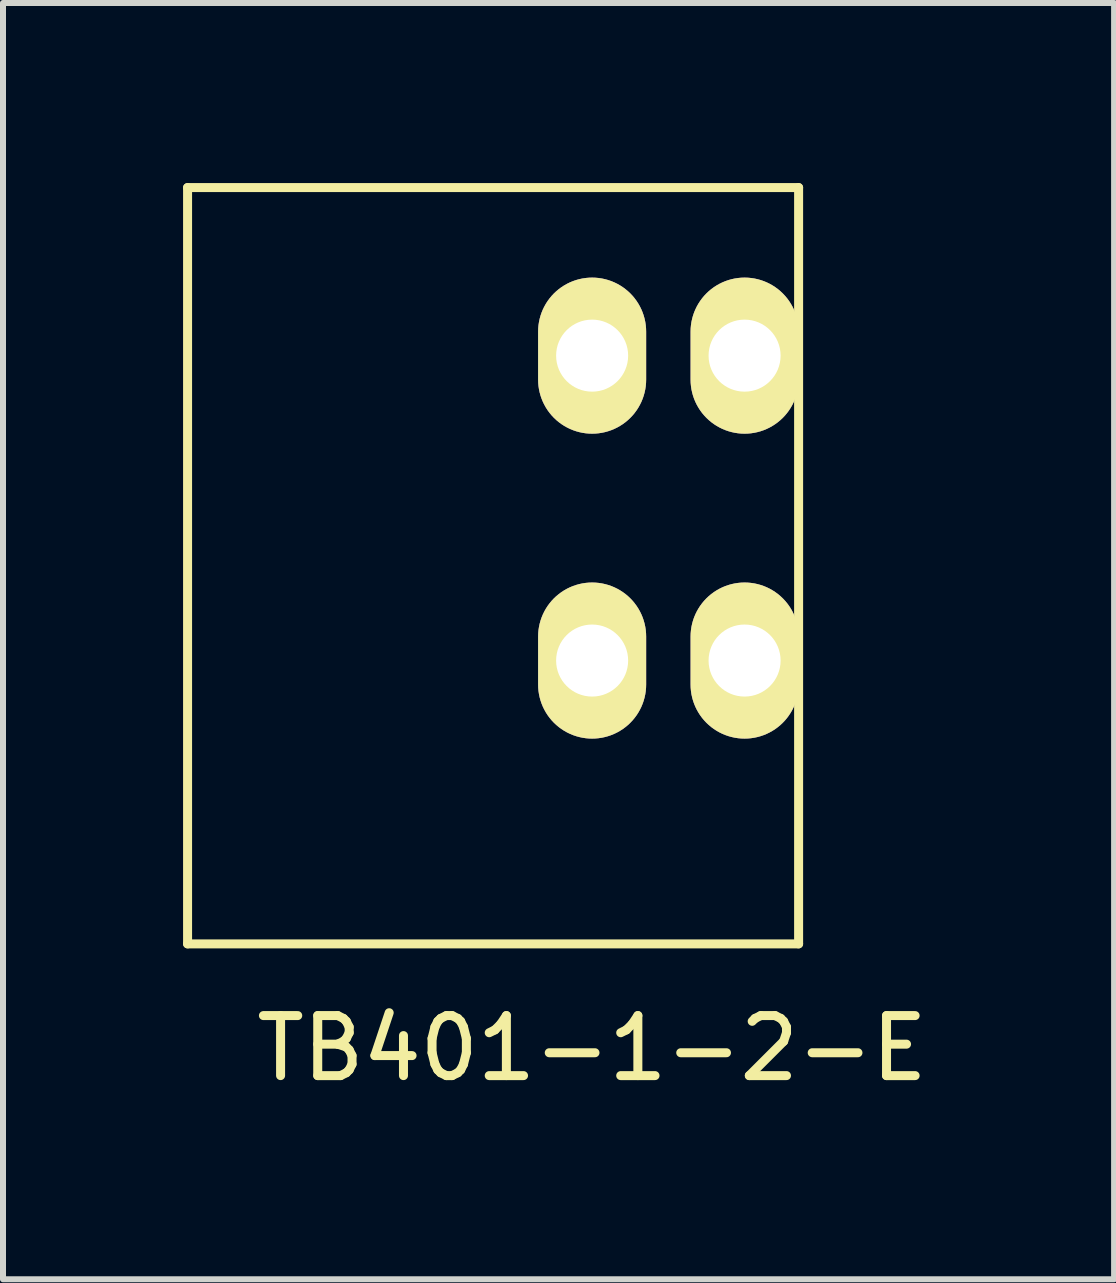
<source format=kicad_pcb>
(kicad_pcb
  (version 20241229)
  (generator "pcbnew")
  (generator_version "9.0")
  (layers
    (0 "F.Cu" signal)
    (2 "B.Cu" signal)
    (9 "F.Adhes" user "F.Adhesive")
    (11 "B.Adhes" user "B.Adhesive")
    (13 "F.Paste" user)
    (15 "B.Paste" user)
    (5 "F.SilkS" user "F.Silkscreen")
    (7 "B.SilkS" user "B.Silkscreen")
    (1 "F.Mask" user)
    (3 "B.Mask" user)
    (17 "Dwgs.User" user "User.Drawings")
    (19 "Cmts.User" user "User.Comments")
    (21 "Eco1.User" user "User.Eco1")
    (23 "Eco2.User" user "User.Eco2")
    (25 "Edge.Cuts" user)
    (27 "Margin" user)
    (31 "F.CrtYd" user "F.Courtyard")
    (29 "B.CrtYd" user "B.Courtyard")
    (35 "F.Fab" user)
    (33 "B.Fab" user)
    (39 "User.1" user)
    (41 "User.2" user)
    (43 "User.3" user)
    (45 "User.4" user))
  (footprint "TB401-1-2-E"
    (layer "F.Cu")
    (at 6.815 5.415)
    (property "Reference" "TB401-1-2-E" (at 0 9 0) (layer "F.SilkS") (effects (font (size 1 1) (thickness 0.15))))
    (attr through_hole)
    (fp_line (start -6.74 -5.34) (end -6.74 7.26) (stroke (width 0.15) (type solid)) (layer "F.SilkS"))
    (fp_line (start -6.74 7.26) (end 3.44 7.26) (stroke (width 0.15) (type solid)) (layer "F.SilkS"))
    (fp_line (start 3.44 -5.34) (end -6.74 -5.34) (stroke (width 0.15) (type solid)) (layer "F.SilkS"))
    (fp_line (start 3.44 7.26) (end 3.44 -5.34) (stroke (width 0.15) (type solid)) (layer "F.SilkS"))
    (pad "1" thru_hole oval (at 2.54 -2.54) (size 1.8 2.6) (drill 1.2) (layers "*.Cu" "*.Mask" "F.SilkS"))
    (pad "1" thru_hole oval (at 2.54 2.54) (size 1.8 2.6) (drill 1.2) (layers "*.Cu" "*.Mask" "F.SilkS"))
    (pad "2" thru_hole oval (at 0 -2.54) (size 1.8 2.6) (drill 1.2) (layers "*.Cu" "*.Mask" "F.SilkS"))
    (pad "2" thru_hole oval (at 0 2.54) (size 1.8 2.6) (drill 1.2) (layers "*.Cu" "*.Mask" "F.SilkS")))
  (gr_rect
    (start -3 -3)
    (end 15.511 18.263)
    (stroke (width 0.1) (type default))
    (fill no)
    (layer "Edge.Cuts")))
</source>
